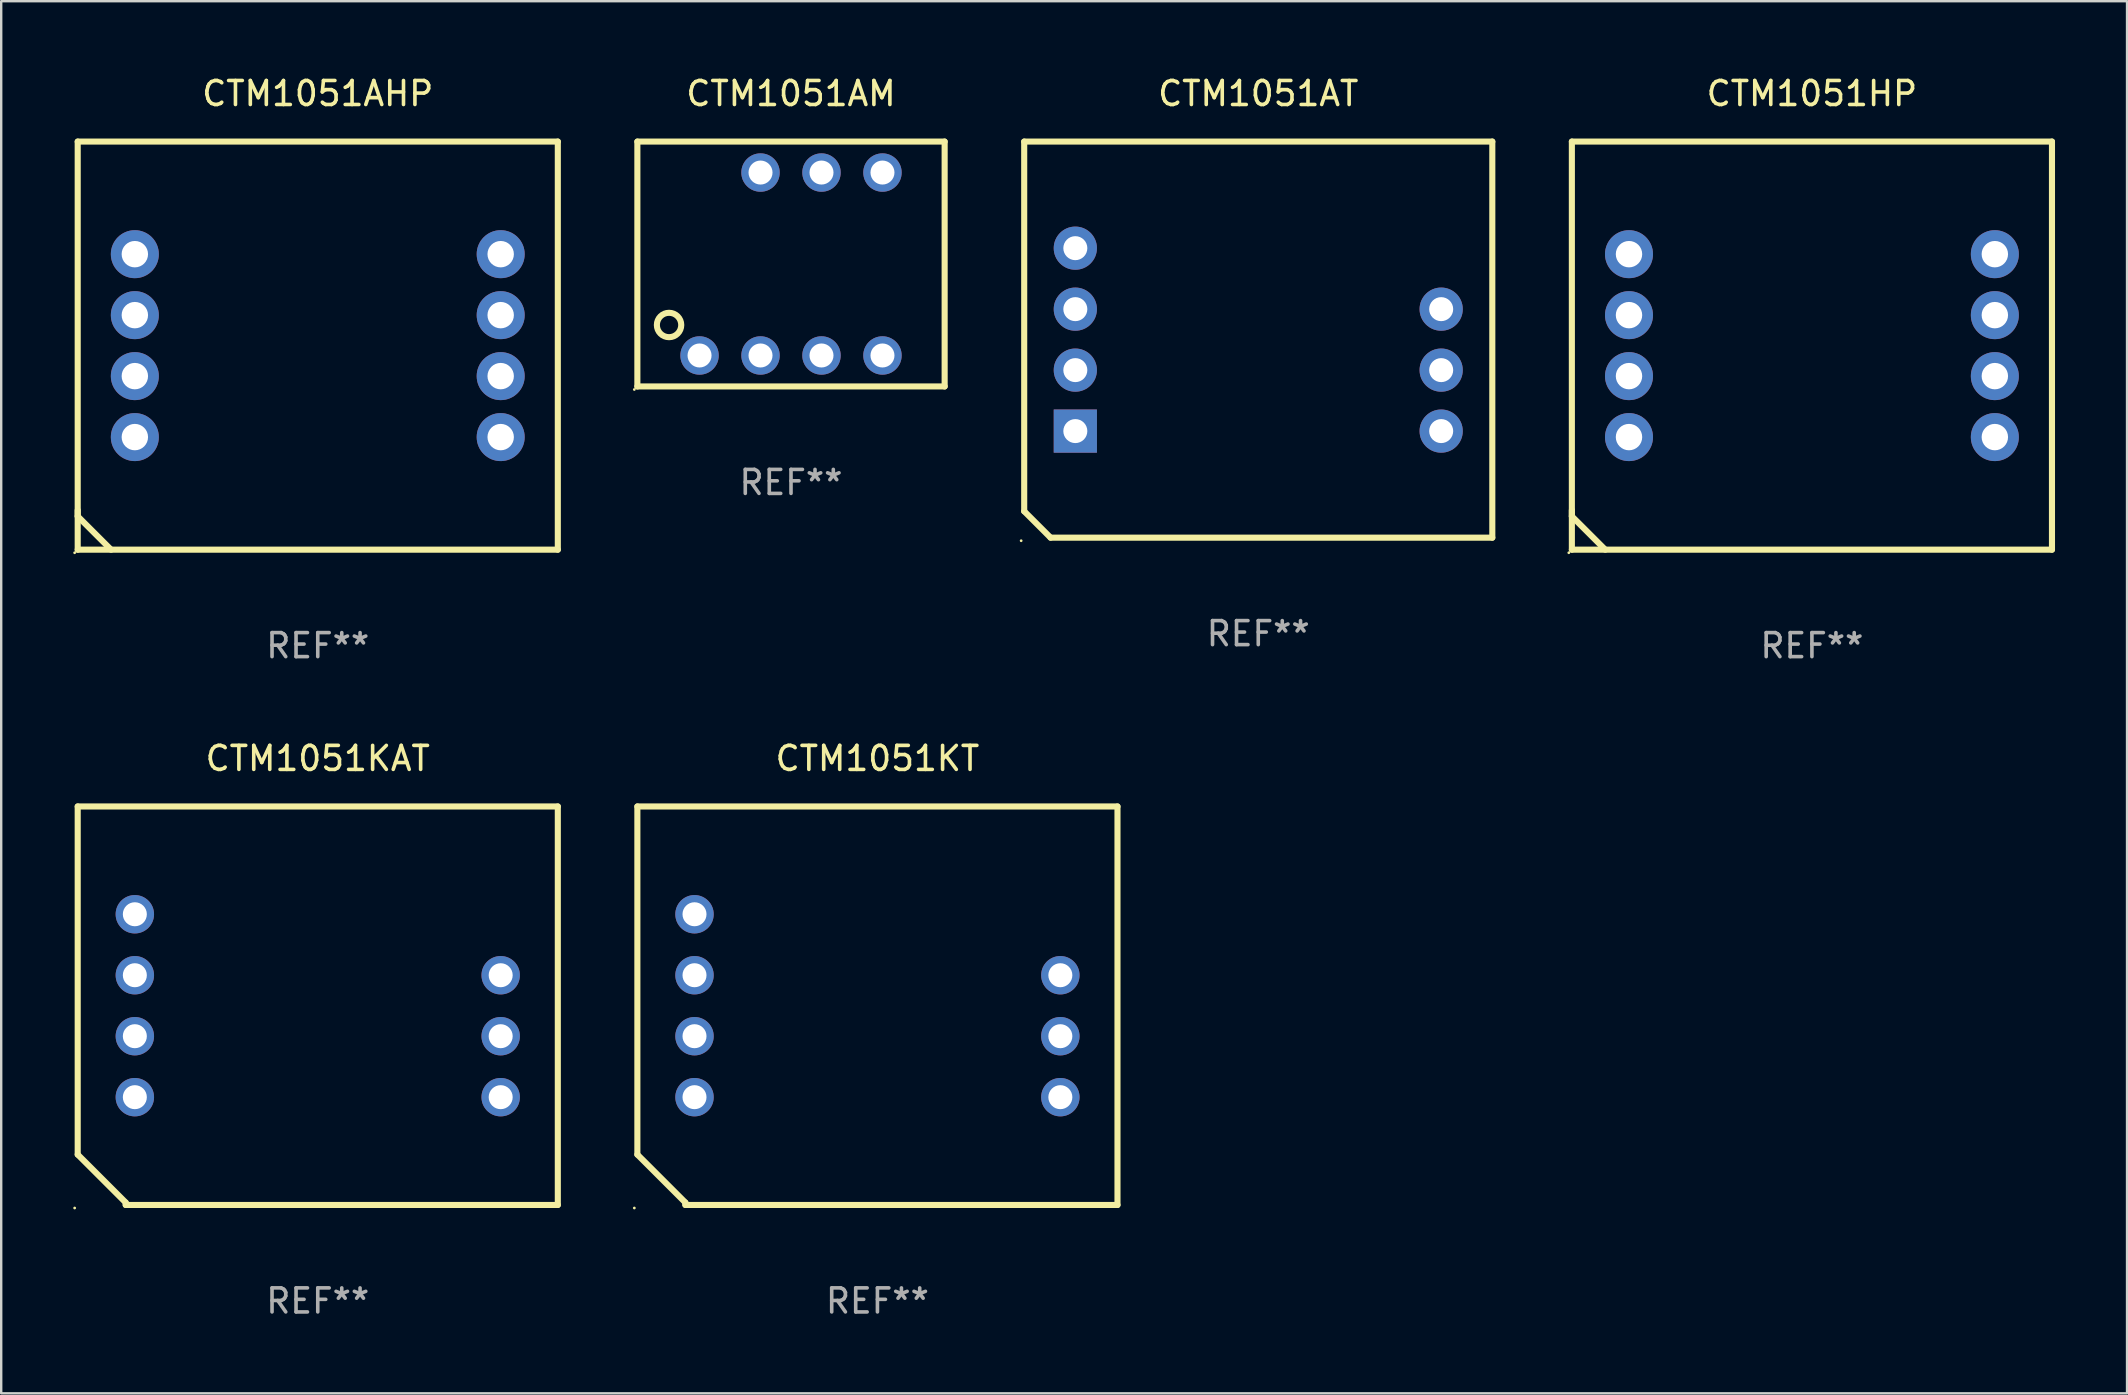
<source format=kicad_pcb>
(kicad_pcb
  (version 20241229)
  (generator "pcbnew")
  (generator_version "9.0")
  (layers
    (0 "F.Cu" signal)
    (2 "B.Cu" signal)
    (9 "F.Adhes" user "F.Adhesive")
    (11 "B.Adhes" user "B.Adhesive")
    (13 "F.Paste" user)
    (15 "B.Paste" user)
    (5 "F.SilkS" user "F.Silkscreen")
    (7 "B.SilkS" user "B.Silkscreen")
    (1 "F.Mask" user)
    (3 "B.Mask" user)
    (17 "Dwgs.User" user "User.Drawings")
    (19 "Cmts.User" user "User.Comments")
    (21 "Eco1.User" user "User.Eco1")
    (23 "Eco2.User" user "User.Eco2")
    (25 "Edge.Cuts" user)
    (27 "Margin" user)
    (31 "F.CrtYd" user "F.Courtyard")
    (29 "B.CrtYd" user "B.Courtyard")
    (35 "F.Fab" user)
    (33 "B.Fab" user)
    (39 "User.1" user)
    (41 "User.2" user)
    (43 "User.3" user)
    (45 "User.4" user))
  (footprint "CTM1051HP"
    (layer "F.Cu")
    (at 72.429 11.348)
    (property "Reference" "CTM1051HP" (at 0 -10.5 0) (layer "F.SilkS") (effects (font (size 1 1) (thickness 0.15))))
    (attr through_hole)
    (fp_line (start -10 -8.5) (end -10 8.5) (stroke (width 0.254) (type solid)) (layer "F.SilkS"))
    (fp_line (start -10 -8.5) (end 10 -8.5) (stroke (width 0.254) (type solid)) (layer "F.SilkS"))
    (fp_line (start -10 6.856) (end -10 7.109) (stroke (width 0.254) (type solid)) (layer "F.SilkS"))
    (fp_line (start -10 7.109) (end -8.609 8.5) (stroke (width 0.254) (type solid)) (layer "F.SilkS"))
    (fp_line (start 10 -8.5) (end 10 8.5) (stroke (width 0.254) (type solid)) (layer "F.SilkS"))
    (fp_line (start 10 8.5) (end -10 8.5) (stroke (width 0.254) (type solid)) (layer "F.SilkS"))
    (fp_circle (center -10.127 8.627) (end -10.097 8.627) (stroke (width 0.06) (type solid)) (fill no) (layer "F.SilkS"))
    (fp_text user "REF**" (at 0 12.5 0) (layer "F.Fab") (effects (font (size 1 1) (thickness 0.15))))
    (pad "1" thru_hole circle (at -7.62 3.81) (size 2 2) (drill 1.1) (layers "*.Cu" "*.Mask"))
    (pad "2" thru_hole circle (at -7.62 1.27) (size 2 2) (drill 1.1) (layers "*.Cu" "*.Mask"))
    (pad "3" thru_hole circle (at -7.62 -1.27) (size 2 2) (drill 1.1) (layers "*.Cu" "*.Mask"))
    (pad "4" thru_hole circle (at -7.62 -3.81) (size 2 2) (drill 1.1) (layers "*.Cu" "*.Mask"))
    (pad "5" thru_hole circle (at 7.62 -3.81) (size 2 2) (drill 1.1) (layers "*.Cu" "*.Mask"))
    (pad "6" thru_hole circle (at 7.62 -1.27) (size 2 2) (drill 1.1) (layers "*.Cu" "*.Mask"))
    (pad "7" thru_hole circle (at 7.62 1.27) (size 2 2) (drill 1.1) (layers "*.Cu" "*.Mask"))
    (pad "8" thru_hole circle (at 7.62 3.81) (size 2 2) (drill 1.1) (layers "*.Cu" "*.Mask")))
  (footprint "CTM1051KT"
    (layer "F.Cu")
    (at 33.501 38.845)
    (property "Reference" "CTM1051KT" (at 0 -10.3 0) (layer "F.SilkS") (effects (font (size 1 1) (thickness 0.15))))
    (attr through_hole)
    (fp_line (start -10 -8.3) (end -10 6.2) (stroke (width 0.254) (type solid)) (layer "F.SilkS"))
    (fp_line (start -10 -8.3) (end 10 -8.3) (stroke (width 0.254) (type solid)) (layer "F.SilkS"))
    (fp_line (start -8 8.2) (end -10 6.2) (stroke (width 0.254) (type solid)) (layer "F.SilkS"))
    (fp_line (start -8 8.3) (end -8 8.2) (stroke (width 0.254) (type solid)) (layer "F.SilkS"))
    (fp_line (start -8 8.3) (end 10 8.3) (stroke (width 0.254) (type solid)) (layer "F.SilkS"))
    (fp_line (start 10 -8.3) (end 10 8.3) (stroke (width 0.254) (type solid)) (layer "F.SilkS"))
    (fp_circle (center -10.127 8.427) (end -10.097 8.427) (stroke (width 0.06) (type solid)) (fill no) (layer "F.SilkS"))
    (fp_text user "REF**" (at 0 12.3 0) (layer "F.Fab") (effects (font (size 1 1) (thickness 0.15))))
    (pad "1" thru_hole circle (at -7.62 3.81) (size 1.6 1.6) (drill 1) (layers "*.Cu" "*.Mask"))
    (pad "2" thru_hole circle (at -7.62 1.27) (size 1.6 1.6) (drill 1) (layers "*.Cu" "*.Mask"))
    (pad "3" thru_hole circle (at -7.62 -1.27) (size 1.6 1.6) (drill 1) (layers "*.Cu" "*.Mask"))
    (pad "4" thru_hole circle (at -7.62 -3.81) (size 1.6 1.6) (drill 1) (layers "*.Cu" "*.Mask"))
    (pad "6" thru_hole circle (at 7.62 -1.27) (size 1.6 1.6) (drill 1) (layers "*.Cu" "*.Mask"))
    (pad "7" thru_hole circle (at 7.62 1.27) (size 1.6 1.6) (drill 1) (layers "*.Cu" "*.Mask"))
    (pad "8" thru_hole circle (at 7.62 3.81) (size 1.6 1.6) (drill 1) (layers "*.Cu" "*.Mask")))
  (footprint "CTM1051AT"
    (layer "F.Cu")
    (at 49.365 11.098)
    (property "Reference" "CTM1051AT" (at 0 -10.25 0) (layer "F.SilkS") (effects (font (size 1 1) (thickness 0.15))))
    (attr through_hole)
    (fp_line (start -9.75 -8.25) (end 9.75 -8.25) (stroke (width 0.254) (type solid)) (layer "F.SilkS"))
    (fp_line (start -9.75 7.15) (end -9.75 -8.25) (stroke (width 0.254) (type solid)) (layer "F.SilkS"))
    (fp_line (start -8.65 8.25) (end -9.75 7.15) (stroke (width 0.254) (type solid)) (layer "F.SilkS"))
    (fp_line (start 9.75 8.25) (end -8.65 8.25) (stroke (width 0.254) (type solid)) (layer "F.SilkS"))
    (fp_line (start 9.75 8.25) (end 9.75 -8.25) (stroke (width 0.254) (type solid)) (layer "F.SilkS"))
    (fp_circle (center -9.877 8.377) (end -9.847 8.377) (stroke (width 0.06) (type solid)) (fill no) (layer "F.SilkS"))
    (fp_text user "REF**" (at 0 12.25 0) (layer "F.Fab") (effects (font (size 1 1) (thickness 0.15))))
    (pad "1" thru_hole rect (at -7.62 3.81) (size 1.8 1.8) (drill 1) (layers "*.Cu" "*.Mask"))
    (pad "2" thru_hole circle (at -7.62 1.27) (size 1.8 1.8) (drill 1) (layers "*.Cu" "*.Mask"))
    (pad "3" thru_hole circle (at -7.62 -1.27) (size 1.8 1.8) (drill 1) (layers "*.Cu" "*.Mask"))
    (pad "4" thru_hole circle (at -7.62 -3.81) (size 1.8 1.8) (drill 1) (layers "*.Cu" "*.Mask"))
    (pad "6" thru_hole circle (at 7.62 -1.27) (size 1.8 1.8) (drill 1) (layers "*.Cu" "*.Mask"))
    (pad "7" thru_hole circle (at 7.62 1.27) (size 1.8 1.8) (drill 1) (layers "*.Cu" "*.Mask"))
    (pad "8" thru_hole circle (at 7.62 3.81) (size 1.8 1.8) (drill 1) (layers "*.Cu" "*.Mask")))
  (footprint "CTM1051AM"
    (layer "F.Cu")
    (at 29.901 7.948)
    (property "Reference" "CTM1051AM" (at 0 -7.1 0) (layer "F.SilkS") (effects (font (size 1 1) (thickness 0.15))))
    (attr through_hole)
    (fp_line (start -6.4 -5.1) (end 6.4 -5.1) (stroke (width 0.254) (type solid)) (layer "F.SilkS"))
    (fp_line (start -6.4 5.1) (end -6.4 -5.1) (stroke (width 0.254) (type solid)) (layer "F.SilkS"))
    (fp_line (start 6.4 -5.1) (end 6.4 5.1) (stroke (width 0.254) (type solid)) (layer "F.SilkS"))
    (fp_line (start 6.4 5.1) (end -6.4 5.1) (stroke (width 0.254) (type solid)) (layer "F.SilkS"))
    (fp_circle (center -6.527 5.227) (end -6.497 5.227) (stroke (width 0.06) (type solid)) (fill no) (layer "F.SilkS"))
    (fp_circle (center -5.08 2.54) (end -4.572 2.54) (stroke (width 0.254) (type solid)) (fill no) (layer "F.SilkS"))
    (fp_text user "REF**" (at 0 9.1 0) (layer "F.Fab") (effects (font (size 1 1) (thickness 0.15))))
    (pad "1" thru_hole circle (at -3.81 3.81) (size 1.6 1.6) (drill 1) (layers "*.Cu" "*.Mask"))
    (pad "2" thru_hole circle (at -1.27 3.81) (size 1.6 1.6) (drill 1) (layers "*.Cu" "*.Mask"))
    (pad "3" thru_hole circle (at 1.27 3.81) (size 1.6 1.6) (drill 1) (layers "*.Cu" "*.Mask"))
    (pad "4" thru_hole circle (at 3.81 3.81) (size 1.6 1.6) (drill 1) (layers "*.Cu" "*.Mask"))
    (pad "5" thru_hole circle (at 3.81 -3.81) (size 1.6 1.6) (drill 1) (layers "*.Cu" "*.Mask"))
    (pad "6" thru_hole circle (at 1.27 -3.81) (size 1.6 1.6) (drill 1) (layers "*.Cu" "*.Mask"))
    (pad "7" thru_hole circle (at -1.27 -3.81) (size 1.6 1.6) (drill 1) (layers "*.Cu" "*.Mask")))
  (footprint "CTM1051AHP"
    (layer "F.Cu")
    (at 10.187 11.348)
    (property "Reference" "CTM1051AHP" (at 0 -10.5 0) (layer "F.SilkS") (effects (font (size 1 1) (thickness 0.15))))
    (attr through_hole)
    (fp_line (start -10 -8.5) (end -10 8.5) (stroke (width 0.254) (type solid)) (layer "F.SilkS"))
    (fp_line (start -10 -8.5) (end 10 -8.5) (stroke (width 0.254) (type solid)) (layer "F.SilkS"))
    (fp_line (start -10 6.856) (end -10 7.109) (stroke (width 0.254) (type solid)) (layer "F.SilkS"))
    (fp_line (start -10 7.109) (end -8.609 8.5) (stroke (width 0.254) (type solid)) (layer "F.SilkS"))
    (fp_line (start 10 -8.5) (end 10 8.5) (stroke (width 0.254) (type solid)) (layer "F.SilkS"))
    (fp_line (start 10 8.5) (end -10 8.5) (stroke (width 0.254) (type solid)) (layer "F.SilkS"))
    (fp_circle (center -10.127 8.627) (end -10.097 8.627) (stroke (width 0.06) (type solid)) (fill no) (layer "F.SilkS"))
    (fp_text user "REF**" (at 0 12.5 0) (layer "F.Fab") (effects (font (size 1 1) (thickness 0.15))))
    (pad "1" thru_hole circle (at -7.62 3.81) (size 2 2) (drill 1.1) (layers "*.Cu" "*.Mask"))
    (pad "2" thru_hole circle (at -7.62 1.27) (size 2 2) (drill 1.1) (layers "*.Cu" "*.Mask"))
    (pad "3" thru_hole circle (at -7.62 -1.27) (size 2 2) (drill 1.1) (layers "*.Cu" "*.Mask"))
    (pad "4" thru_hole circle (at -7.62 -3.81) (size 2 2) (drill 1.1) (layers "*.Cu" "*.Mask"))
    (pad "5" thru_hole circle (at 7.62 -3.81) (size 2 2) (drill 1.1) (layers "*.Cu" "*.Mask"))
    (pad "6" thru_hole circle (at 7.62 -1.27) (size 2 2) (drill 1.1) (layers "*.Cu" "*.Mask"))
    (pad "7" thru_hole circle (at 7.62 1.27) (size 2 2) (drill 1.1) (layers "*.Cu" "*.Mask"))
    (pad "8" thru_hole circle (at 7.62 3.81) (size 2 2) (drill 1.1) (layers "*.Cu" "*.Mask")))
  (footprint "CTM1051KAT"
    (layer "F.Cu")
    (at 10.187 38.845)
    (property "Reference" "CTM1051KAT" (at 0 -10.3 0) (layer "F.SilkS") (effects (font (size 1 1) (thickness 0.15))))
    (attr through_hole)
    (fp_line (start -10 -8.3) (end -10 6.2) (stroke (width 0.254) (type solid)) (layer "F.SilkS"))
    (fp_line (start -10 -8.3) (end 10 -8.3) (stroke (width 0.254) (type solid)) (layer "F.SilkS"))
    (fp_line (start -8 8.2) (end -10 6.2) (stroke (width 0.254) (type solid)) (layer "F.SilkS"))
    (fp_line (start -8 8.3) (end -8 8.2) (stroke (width 0.254) (type solid)) (layer "F.SilkS"))
    (fp_line (start -8 8.3) (end 10 8.3) (stroke (width 0.254) (type solid)) (layer "F.SilkS"))
    (fp_line (start 10 -8.3) (end 10 8.3) (stroke (width 0.254) (type solid)) (layer "F.SilkS"))
    (fp_circle (center -10.127 8.427) (end -10.097 8.427) (stroke (width 0.06) (type solid)) (fill no) (layer "F.SilkS"))
    (fp_text user "REF**" (at 0 12.3 0) (layer "F.Fab") (effects (font (size 1 1) (thickness 0.15))))
    (pad "1" thru_hole circle (at -7.62 3.81) (size 1.6 1.6) (drill 1) (layers "*.Cu" "*.Mask"))
    (pad "2" thru_hole circle (at -7.62 1.27) (size 1.6 1.6) (drill 1) (layers "*.Cu" "*.Mask"))
    (pad "3" thru_hole circle (at -7.62 -1.27) (size 1.6 1.6) (drill 1) (layers "*.Cu" "*.Mask"))
    (pad "4" thru_hole circle (at -7.62 -3.81) (size 1.6 1.6) (drill 1) (layers "*.Cu" "*.Mask"))
    (pad "6" thru_hole circle (at 7.62 -1.27) (size 1.6 1.6) (drill 1) (layers "*.Cu" "*.Mask"))
    (pad "7" thru_hole circle (at 7.62 1.27) (size 1.6 1.6) (drill 1) (layers "*.Cu" "*.Mask"))
    (pad "8" thru_hole circle (at 7.62 3.81) (size 1.6 1.6) (drill 1) (layers "*.Cu" "*.Mask")))
  (gr_rect
    (start -3 -3)
    (end 85.556 54.993)
    (stroke (width 0.1) (type default))
    (fill no)
    (layer "Edge.Cuts")))
</source>
